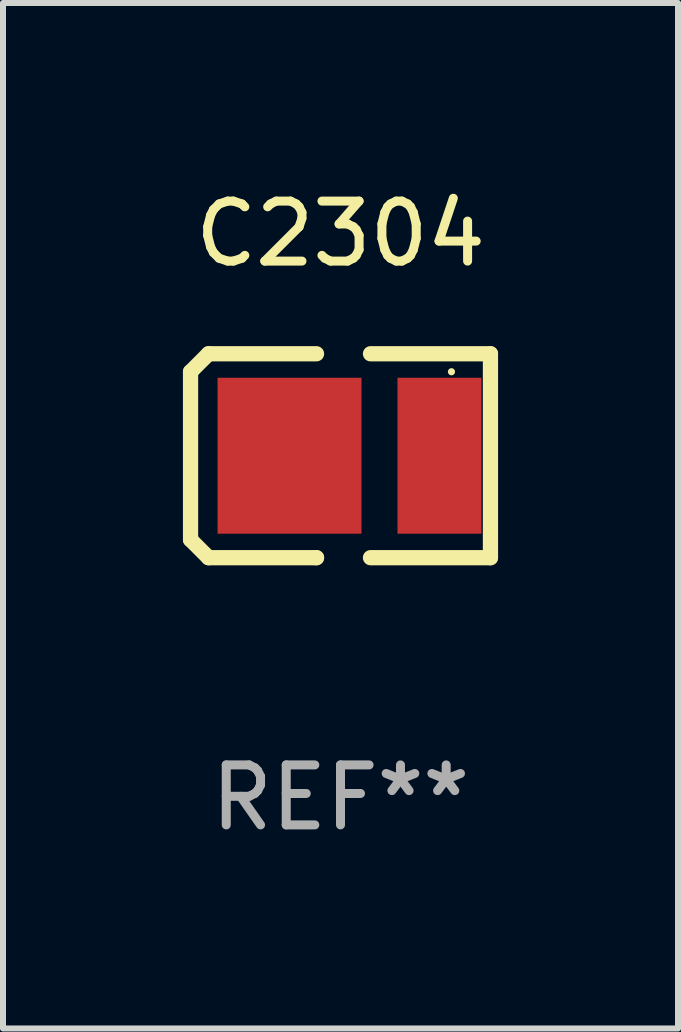
<source format=kicad_pcb>
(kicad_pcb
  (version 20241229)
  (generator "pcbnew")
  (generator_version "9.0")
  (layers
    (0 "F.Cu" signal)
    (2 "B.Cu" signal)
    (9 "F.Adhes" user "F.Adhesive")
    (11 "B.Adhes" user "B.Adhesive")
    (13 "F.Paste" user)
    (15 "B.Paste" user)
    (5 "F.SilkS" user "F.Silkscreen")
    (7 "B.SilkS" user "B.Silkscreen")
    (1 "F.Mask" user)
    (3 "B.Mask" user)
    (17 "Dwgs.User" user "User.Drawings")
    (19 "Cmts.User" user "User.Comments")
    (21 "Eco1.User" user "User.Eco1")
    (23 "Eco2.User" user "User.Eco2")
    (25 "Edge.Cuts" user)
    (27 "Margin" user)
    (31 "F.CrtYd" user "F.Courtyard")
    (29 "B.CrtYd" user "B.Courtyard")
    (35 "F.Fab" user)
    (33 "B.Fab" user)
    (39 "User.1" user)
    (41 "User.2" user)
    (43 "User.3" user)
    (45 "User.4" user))
  (footprint "C2304"
    (layer "F.Cu")
    (at 2.627 4.548)
    (property "Reference" "C2304" (at 0 -3.7 0) (layer "F.SilkS") (effects (font (size 1 1) (thickness 0.15))))
    (attr through_hole)
    (fp_line (start -2.5 1.4) (end -2.2 1.7) (stroke (width 0.254) (type solid)) (layer "F.SilkS"))
    (fp_line (start -2.5 -1.4) (end -2.5 1.4) (stroke (width 0.254) (type solid)) (layer "F.SilkS"))
    (fp_line (start -2.2 1.7) (end -0.4 1.7) (stroke (width 0.254) (type solid)) (layer "F.SilkS"))
    (fp_line (start -2.2 -1.7) (end -2.5 -1.4) (stroke (width 0.254) (type solid)) (layer "F.SilkS"))
    (fp_line (start -0.4 -1.7) (end -2.2 -1.7) (stroke (width 0.254) (type solid)) (layer "F.SilkS"))
    (fp_line (start -0.4 1.7) (end -0.4 1.7) (stroke (width 0.254) (type solid)) (layer "F.SilkS"))
    (fp_line (start 0.5 -1.7) (end 2.5 -1.7) (stroke (width 0.254) (type solid)) (layer "F.SilkS"))
    (fp_line (start 2.5 -1.7) (end 2.5 1.7) (stroke (width 0.254) (type solid)) (layer "F.SilkS"))
    (fp_line (start 2.5 1.7) (end 0.5 1.7) (stroke (width 0.254) (type solid)) (layer "F.SilkS"))
    (fp_circle (center 1.85 -1.4) (end 1.88 -1.4) (stroke (width 0.06) (type solid)) (fill no) (layer "F.SilkS"))
    (fp_text user "REF**" (at 0 5.7 0) (layer "F.Fab") (effects (font (size 1 1) (thickness 0.15))))
    (pad "1" smd rect (at 1.65 0 180) (size 1.4 2.6) (layers "F.Cu" "F.Mask" "F.Paste"))
    (pad "2" smd rect (at -0.85 0) (size 2.4 2.6) (layers "F.Cu" "F.Mask" "F.Paste")))
  (gr_rect
    (start -3 -3)
    (end 8.254 14.097)
    (stroke (width 0.1) (type default))
    (fill no)
    (layer "Edge.Cuts")))
</source>
